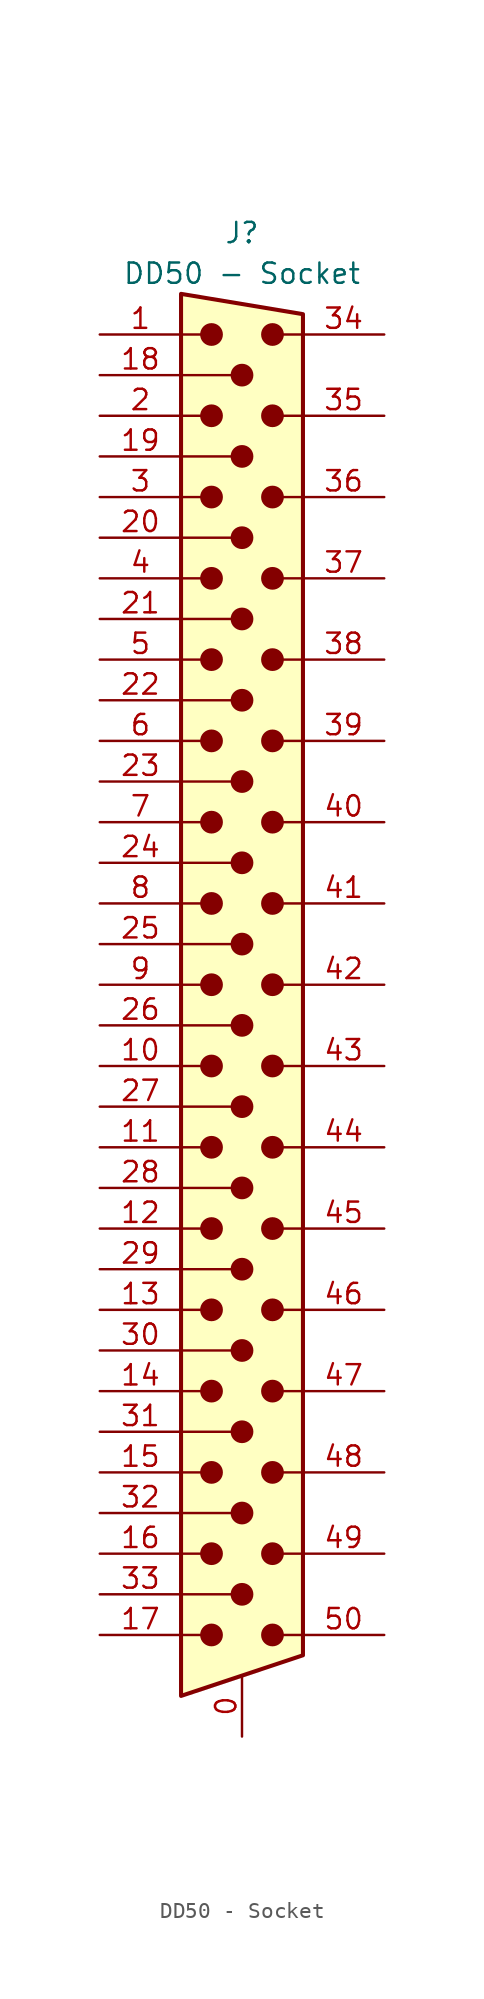
<source format=kicad_sym>
(kicad_symbol_lib
  (version 20220914)
  (generator kicad_symbol_editor)
  (symbol "DD50 - Socket"
    (pin_names
      (offset 1.016) hide)
    (property "Reference" "J"
      (at 0 46.99 0)
      (effects (font (size 1.27 1.27))))
    (property "Value" "DD50 - Socket"
      (at 0 44.45 0)
      (effects (font (size 1.27 1.27))))
    (symbol "DD50 - Socket_0_1"
      (circle (center -1.905 -40.64) (radius 0.635) (stroke (width 0) (type default)) (fill (type outline)))
      (circle (center -1.905 -35.56) (radius 0.635) (stroke (width 0) (type default)) (fill (type outline)))
      (circle (center -1.905 -30.48) (radius 0.635) (stroke (width 0) (type default)) (fill (type outline)))
      (circle (center -1.905 -25.4) (radius 0.635) (stroke (width 0) (type default)) (fill (type outline)))
      (circle (center -1.905 -20.32) (radius 0.635) (stroke (width 0) (type default)) (fill (type outline)))
      (circle (center -1.905 -15.24) (radius 0.635) (stroke (width 0) (type default)) (fill (type outline)))
      (circle (center -1.905 -10.16) (radius 0.635) (stroke (width 0) (type default)) (fill (type outline)))
      (circle (center -1.905 -5.08) (radius 0.635) (stroke (width 0) (type default)) (fill (type outline)))
      (circle (center -1.905 0) (radius 0.635) (stroke (width 0) (type default)) (fill (type outline)))
      (circle (center -1.905 5.08) (radius 0.635) (stroke (width 0) (type default)) (fill (type outline)))
      (circle (center -1.905 10.16) (radius 0.635) (stroke (width 0) (type default)) (fill (type outline)))
      (circle (center -1.905 15.24) (radius 0.635) (stroke (width 0) (type default)) (fill (type outline)))
      (circle (center -1.905 20.32) (radius 0.635) (stroke (width 0) (type default)) (fill (type outline)))
      (circle (center -1.905 25.4) (radius 0.635) (stroke (width 0) (type default)) (fill (type outline)))
      (circle (center -1.905 30.48) (radius 0.635) (stroke (width 0) (type default)) (fill (type outline)))
      (circle (center -1.905 35.56) (radius 0.635) (stroke (width 0) (type default)) (fill (type outline)))
      (circle (center -1.905 40.64) (radius 0.635) (stroke (width 0) (type default)) (fill (type outline)))
      (circle (center 0 -38.1) (radius 0.635) (stroke (width 0) (type default)) (fill (type outline)))
      (circle (center 0 -33.02) (radius 0.635) (stroke (width 0) (type default)) (fill (type outline)))
      (circle (center 0 -27.94) (radius 0.635) (stroke (width 0) (type default)) (fill (type outline)))
      (circle (center 0 -22.86) (radius 0.635) (stroke (width 0) (type default)) (fill (type outline)))
      (circle (center 0 -17.78) (radius 0.635) (stroke (width 0) (type default)) (fill (type outline)))
      (circle (center 0 -12.7) (radius 0.635) (stroke (width 0) (type default)) (fill (type outline)))
      (circle (center 0 -7.62) (radius 0.635) (stroke (width 0) (type default)) (fill (type outline)))
      (circle (center 0 -2.54) (radius 0.635) (stroke (width 0) (type default)) (fill (type outline)))
      (polyline (pts (xy -2.54 -40.64) (xy -3.81 -40.64)) (stroke (width 0) (type default)) (fill (type none)))
      (polyline (pts (xy -2.54 -35.56) (xy -3.81 -35.56)) (stroke (width 0) (type default)) (fill (type none)))
      (polyline (pts (xy -2.54 -30.48) (xy -3.81 -30.48)) (stroke (width 0) (type default)) (fill (type none)))
      (polyline (pts (xy -2.54 -25.4) (xy -3.81 -25.4)) (stroke (width 0) (type default)) (fill (type none)))
      (polyline (pts (xy -2.54 -20.32) (xy -3.81 -20.32)) (stroke (width 0) (type default)) (fill (type none)))
      (polyline (pts (xy -2.54 -15.24) (xy -3.81 -15.24)) (stroke (width 0) (type default)) (fill (type none)))
      (polyline (pts (xy -2.54 -10.16) (xy -3.81 -10.16)) (stroke (width 0) (type default)) (fill (type none)))
      (polyline (pts (xy -2.54 -5.08) (xy -3.81 -5.08)) (stroke (width 0) (type default)) (fill (type none)))
      (polyline (pts (xy -2.54 0) (xy -3.81 0)) (stroke (width 0) (type default)) (fill (type none)))
      (polyline (pts (xy -2.54 5.08) (xy -3.81 5.08)) (stroke (width 0) (type default)) (fill (type none)))
      (polyline (pts (xy -2.54 10.16) (xy -3.81 10.16)) (stroke (width 0) (type default)) (fill (type none)))
      (polyline (pts (xy -2.54 15.24) (xy -3.81 15.24)) (stroke (width 0) (type default)) (fill (type none)))
      (polyline (pts (xy -2.54 20.32) (xy -3.81 20.32)) (stroke (width 0) (type default)) (fill (type none)))
      (polyline (pts (xy -2.54 25.4) (xy -3.81 25.4)) (stroke (width 0) (type default)) (fill (type none)))
      (polyline (pts (xy -2.54 30.48) (xy -3.81 30.48)) (stroke (width 0) (type default)) (fill (type none)))
      (polyline (pts (xy -2.54 35.56) (xy -3.81 35.56)) (stroke (width 0) (type default)) (fill (type none)))
      (polyline (pts (xy -2.54 40.64) (xy -3.81 40.64)) (stroke (width 0) (type default)) (fill (type none)))
      (polyline (pts (xy 0 -38.1) (xy -3.81 -38.1)) (stroke (width 0) (type default)) (fill (type none)))
      (polyline (pts (xy 0 -33.02) (xy -3.81 -33.02)) (stroke (width 0) (type default)) (fill (type none)))
      (polyline (pts (xy 0 -27.94) (xy -3.81 -27.94)) (stroke (width 0) (type default)) (fill (type none)))
      (polyline (pts (xy 0 -22.86) (xy -3.81 -22.86)) (stroke (width 0) (type default)) (fill (type none)))
      (polyline (pts (xy 0 -17.78) (xy -3.81 -17.78)) (stroke (width 0) (type default)) (fill (type none)))
      (polyline (pts (xy 0 -12.7) (xy -3.81 -12.7)) (stroke (width 0) (type default)) (fill (type none)))
      (polyline (pts (xy 0 -7.62) (xy -3.81 -7.62)) (stroke (width 0) (type default)) (fill (type none)))
      (polyline (pts (xy 0 -2.54) (xy -3.81 -2.54)) (stroke (width 0) (type default)) (fill (type none)))
      (polyline (pts (xy 0 2.54) (xy -3.81 2.54)) (stroke (width 0) (type default)) (fill (type none)))
      (polyline (pts (xy 0 7.62) (xy -3.81 7.62)) (stroke (width 0) (type default)) (fill (type none)))
      (polyline (pts (xy 0 12.7) (xy -3.81 12.7)) (stroke (width 0) (type default)) (fill (type none)))
      (polyline (pts (xy 0 17.78) (xy -3.81 17.78)) (stroke (width 0) (type default)) (fill (type none)))
      (polyline (pts (xy 0 22.86) (xy -3.81 22.86)) (stroke (width 0) (type default)) (fill (type none)))
      (polyline (pts (xy 0 27.94) (xy -3.81 27.94)) (stroke (width 0) (type default)) (fill (type none)))
      (polyline (pts (xy 0 33.02) (xy -3.81 33.02)) (stroke (width 0) (type default)) (fill (type none)))
      (polyline (pts (xy 0 38.1) (xy -3.81 38.1)) (stroke (width 0) (type default)) (fill (type none)))
      (polyline (pts (xy 3.81 -40.64) (xy 2.54 -40.64)) (stroke (width 0) (type default)) (fill (type none)))
      (polyline (pts (xy 3.81 -35.56) (xy 2.54 -35.56)) (stroke (width 0) (type default)) (fill (type none)))
      (polyline (pts (xy 3.81 -30.48) (xy 2.54 -30.48)) (stroke (width 0) (type default)) (fill (type none)))
      (polyline (pts (xy 3.81 -25.4) (xy 2.54 -25.4)) (stroke (width 0) (type default)) (fill (type none)))
      (polyline (pts (xy 3.81 -20.32) (xy 2.54 -20.32)) (stroke (width 0) (type default)) (fill (type none)))
      (polyline (pts (xy 3.81 -15.24) (xy 2.54 -15.24)) (stroke (width 0) (type default)) (fill (type none)))
      (polyline (pts (xy 3.81 -10.16) (xy 2.54 -10.16)) (stroke (width 0) (type default)) (fill (type none)))
      (polyline (pts (xy 3.81 -5.08) (xy 2.54 -5.08)) (stroke (width 0) (type default)) (fill (type none)))
      (polyline (pts (xy 3.81 0) (xy 2.54 0)) (stroke (width 0) (type default)) (fill (type none)))
      (polyline (pts (xy 3.81 5.08) (xy 2.54 5.08)) (stroke (width 0) (type default)) (fill (type none)))
      (polyline (pts (xy 3.81 10.16) (xy 2.54 10.16)) (stroke (width 0) (type default)) (fill (type none)))
      (polyline (pts (xy 3.81 15.24) (xy 2.54 15.24)) (stroke (width 0) (type default)) (fill (type none)))
      (polyline (pts (xy 3.81 20.32) (xy 2.54 20.32)) (stroke (width 0) (type default)) (fill (type none)))
      (polyline (pts (xy 3.81 25.4) (xy 2.54 25.4)) (stroke (width 0) (type default)) (fill (type none)))
      (polyline (pts (xy 3.81 30.48) (xy 2.54 30.48)) (stroke (width 0) (type default)) (fill (type none)))
      (polyline (pts (xy 3.81 35.56) (xy 2.54 35.56)) (stroke (width 0) (type default)) (fill (type none)))
      (polyline (pts (xy 3.81 40.64) (xy 2.54 40.64)) (stroke (width 0) (type default)) (fill (type none)))
      (polyline (pts (xy -3.81 43.18) (xy -3.81 -44.45) (xy 3.81 -41.91) (xy 3.81 41.91) (xy -3.81 43.18)) (stroke (width 0.254) (type default)) (fill (type background)))
      (circle (center 0 2.54) (radius 0.635) (stroke (width 0) (type default)) (fill (type outline)))
      (circle (center 0 7.62) (radius 0.635) (stroke (width 0) (type default)) (fill (type outline)))
      (circle (center 0 12.7) (radius 0.635) (stroke (width 0) (type default)) (fill (type outline)))
      (circle (center 0 17.78) (radius 0.635) (stroke (width 0) (type default)) (fill (type outline)))
      (circle (center 0 22.86) (radius 0.635) (stroke (width 0) (type default)) (fill (type outline)))
      (circle (center 0 27.94) (radius 0.635) (stroke (width 0) (type default)) (fill (type outline)))
      (circle (center 0 33.02) (radius 0.635) (stroke (width 0) (type default)) (fill (type outline)))
      (circle (center 0 38.1) (radius 0.635) (stroke (width 0) (type default)) (fill (type outline)))
      (circle (center 1.905 -40.64) (radius 0.635) (stroke (width 0) (type default)) (fill (type outline)))
      (circle (center 1.905 -35.56) (radius 0.635) (stroke (width 0) (type default)) (fill (type outline)))
      (circle (center 1.905 -30.48) (radius 0.635) (stroke (width 0) (type default)) (fill (type outline)))
      (circle (center 1.905 -25.4) (radius 0.635) (stroke (width 0) (type default)) (fill (type outline)))
      (circle (center 1.905 -20.32) (radius 0.635) (stroke (width 0) (type default)) (fill (type outline)))
      (circle (center 1.905 -15.24) (radius 0.635) (stroke (width 0) (type default)) (fill (type outline)))
      (circle (center 1.905 -10.16) (radius 0.635) (stroke (width 0) (type default)) (fill (type outline)))
      (circle (center 1.905 -5.08) (radius 0.635) (stroke (width 0) (type default)) (fill (type outline)))
      (circle (center 1.905 0) (radius 0.635) (stroke (width 0) (type default)) (fill (type outline)))
      (circle (center 1.905 5.08) (radius 0.635) (stroke (width 0) (type default)) (fill (type outline)))
      (circle (center 1.905 10.16) (radius 0.635) (stroke (width 0) (type default)) (fill (type outline)))
      (circle (center 1.905 15.24) (radius 0.635) (stroke (width 0) (type default)) (fill (type outline)))
      (circle (center 1.905 20.32) (radius 0.635) (stroke (width 0) (type default)) (fill (type outline)))
      (circle (center 1.905 25.4) (radius 0.635) (stroke (width 0) (type default)) (fill (type outline)))
      (circle (center 1.905 30.48) (radius 0.635) (stroke (width 0) (type default)) (fill (type outline)))
      (circle (center 1.905 35.56) (radius 0.635) (stroke (width 0) (type default)) (fill (type outline)))
      (circle (center 1.905 40.64) (radius 0.635) (stroke (width 0) (type default)) (fill (type outline))))
    (symbol "DD50 - Socket_1_1"
      (pin passive line (at 0 -46.99 90) (length 3.81) (name "0" (effects (font (size 1.27 1.27)))) (number "0" (effects (font (size 1.27 1.27)))))
      (pin passive line (at -8.89 40.64 0) (length 5.08) (name "1" (effects (font (size 1.27 1.27)))) (number "1" (effects (font (size 1.27 1.27)))))
      (pin passive line (at -8.89 -5.08 0) (length 5.08) (name "10" (effects (font (size 1.27 1.27)))) (number "10" (effects (font (size 1.27 1.27)))))
      (pin passive line (at -8.89 -10.16 0) (length 5.08) (name "11" (effects (font (size 1.27 1.27)))) (number "11" (effects (font (size 1.27 1.27)))))
      (pin passive line (at -8.89 -15.24 0) (length 5.08) (name "12" (effects (font (size 1.27 1.27)))) (number "12" (effects (font (size 1.27 1.27)))))
      (pin passive line (at -8.89 -20.32 0) (length 5.08) (name "13" (effects (font (size 1.27 1.27)))) (number "13" (effects (font (size 1.27 1.27)))))
      (pin passive line (at -8.89 -25.4 0) (length 5.08) (name "14" (effects (font (size 1.27 1.27)))) (number "14" (effects (font (size 1.27 1.27)))))
      (pin passive line (at -8.89 -30.48 0) (length 5.08) (name "15" (effects (font (size 1.27 1.27)))) (number "15" (effects (font (size 1.27 1.27)))))
      (pin passive line (at -8.89 -35.56 0) (length 5.08) (name "16" (effects (font (size 1.27 1.27)))) (number "16" (effects (font (size 1.27 1.27)))))
      (pin passive line (at -8.89 -40.64 0) (length 5.08) (name "17" (effects (font (size 1.27 1.27)))) (number "17" (effects (font (size 1.27 1.27)))))
      (pin passive line (at -8.89 38.1 0) (length 5.08) (name "18" (effects (font (size 1.27 1.27)))) (number "18" (effects (font (size 1.27 1.27)))))
      (pin passive line (at -8.89 33.02 0) (length 5.08) (name "19" (effects (font (size 1.27 1.27)))) (number "19" (effects (font (size 1.27 1.27)))))
      (pin passive line (at -8.89 35.56 0) (length 5.08) (name "2" (effects (font (size 1.27 1.27)))) (number "2" (effects (font (size 1.27 1.27)))))
      (pin passive line (at -8.89 27.94 0) (length 5.08) (name "20" (effects (font (size 1.27 1.27)))) (number "20" (effects (font (size 1.27 1.27)))))
      (pin passive line (at -8.89 22.86 0) (length 5.08) (name "21" (effects (font (size 1.27 1.27)))) (number "21" (effects (font (size 1.27 1.27)))))
      (pin passive line (at -8.89 17.78 0) (length 5.08) (name "22" (effects (font (size 1.27 1.27)))) (number "22" (effects (font (size 1.27 1.27)))))
      (pin passive line (at -8.89 12.7 0) (length 5.08) (name "23" (effects (font (size 1.27 1.27)))) (number "23" (effects (font (size 1.27 1.27)))))
      (pin passive line (at -8.89 7.62 0) (length 5.08) (name "24" (effects (font (size 1.27 1.27)))) (number "24" (effects (font (size 1.27 1.27)))))
      (pin passive line (at -8.89 2.54 0) (length 5.08) (name "25" (effects (font (size 1.27 1.27)))) (number "25" (effects (font (size 1.27 1.27)))))
      (pin passive line (at -8.89 -2.54 0) (length 5.08) (name "26" (effects (font (size 1.27 1.27)))) (number "26" (effects (font (size 1.27 1.27)))))
      (pin passive line (at -8.89 -7.62 0) (length 5.08) (name "27" (effects (font (size 1.27 1.27)))) (number "27" (effects (font (size 1.27 1.27)))))
      (pin passive line (at -8.89 -12.7 0) (length 5.08) (name "28" (effects (font (size 1.27 1.27)))) (number "28" (effects (font (size 1.27 1.27)))))
      (pin passive line (at -8.89 -17.78 0) (length 5.08) (name "29" (effects (font (size 1.27 1.27)))) (number "29" (effects (font (size 1.27 1.27)))))
      (pin passive line (at -8.89 30.48 0) (length 5.08) (name "3" (effects (font (size 1.27 1.27)))) (number "3" (effects (font (size 1.27 1.27)))))
      (pin passive line (at -8.89 -22.86 0) (length 5.08) (name "30" (effects (font (size 1.27 1.27)))) (number "30" (effects (font (size 1.27 1.27)))))
      (pin passive line (at -8.89 -27.94 0) (length 5.08) (name "31" (effects (font (size 1.27 1.27)))) (number "31" (effects (font (size 1.27 1.27)))))
      (pin passive line (at -8.89 -33.02 0) (length 5.08) (name "32" (effects (font (size 1.27 1.27)))) (number "32" (effects (font (size 1.27 1.27)))))
      (pin passive line (at -8.89 -38.1 0) (length 5.08) (name "33" (effects (font (size 1.27 1.27)))) (number "33" (effects (font (size 1.27 1.27)))))
      (pin passive line (at 8.89 40.64 180) (length 5.08) (name "34" (effects (font (size 1.27 1.27)))) (number "34" (effects (font (size 1.27 1.27)))))
      (pin passive line (at 8.89 35.56 180) (length 5.08) (name "35" (effects (font (size 1.27 1.27)))) (number "35" (effects (font (size 1.27 1.27)))))
      (pin passive line (at 8.89 30.48 180) (length 5.08) (name "36" (effects (font (size 1.27 1.27)))) (number "36" (effects (font (size 1.27 1.27)))))
      (pin passive line (at 8.89 25.4 180) (length 5.08) (name "37" (effects (font (size 1.27 1.27)))) (number "37" (effects (font (size 1.27 1.27)))))
      (pin passive line (at 8.89 20.32 180) (length 5.08) (name "38" (effects (font (size 1.27 1.27)))) (number "38" (effects (font (size 1.27 1.27)))))
      (pin passive line (at 8.89 15.24 180) (length 5.08) (name "39" (effects (font (size 1.27 1.27)))) (number "39" (effects (font (size 1.27 1.27)))))
      (pin passive line (at -8.89 25.4 0) (length 5.08) (name "4" (effects (font (size 1.27 1.27)))) (number "4" (effects (font (size 1.27 1.27)))))
      (pin passive line (at 8.89 10.16 180) (length 5.08) (name "40" (effects (font (size 1.27 1.27)))) (number "40" (effects (font (size 1.27 1.27)))))
      (pin passive line (at 8.89 5.08 180) (length 5.08) (name "41" (effects (font (size 1.27 1.27)))) (number "41" (effects (font (size 1.27 1.27)))))
      (pin passive line (at 8.89 0 180) (length 5.08) (name "42" (effects (font (size 1.27 1.27)))) (number "42" (effects (font (size 1.27 1.27)))))
      (pin passive line (at 8.89 -5.08 180) (length 5.08) (name "43" (effects (font (size 1.27 1.27)))) (number "43" (effects (font (size 1.27 1.27)))))
      (pin passive line (at 8.89 -10.16 180) (length 5.08) (name "44" (effects (font (size 1.27 1.27)))) (number "44" (effects (font (size 1.27 1.27)))))
      (pin passive line (at 8.89 -15.24 180) (length 5.08) (name "45" (effects (font (size 1.27 1.27)))) (number "45" (effects (font (size 1.27 1.27)))))
      (pin passive line (at 8.89 -20.32 180) (length 5.08) (name "46" (effects (font (size 1.27 1.27)))) (number "46" (effects (font (size 1.27 1.27)))))
      (pin passive line (at 8.89 -25.4 180) (length 5.08) (name "47" (effects (font (size 1.27 1.27)))) (number "47" (effects (font (size 1.27 1.27)))))
      (pin passive line (at 8.89 -30.48 180) (length 5.08) (name "48" (effects (font (size 1.27 1.27)))) (number "48" (effects (font (size 1.27 1.27)))))
      (pin passive line (at 8.89 -35.56 180) (length 5.08) (name "49" (effects (font (size 1.27 1.27)))) (number "49" (effects (font (size 1.27 1.27)))))
      (pin passive line (at -8.89 20.32 0) (length 5.08) (name "5" (effects (font (size 1.27 1.27)))) (number "5" (effects (font (size 1.27 1.27)))))
      (pin passive line (at 8.89 -40.64 180) (length 5.08) (name "50" (effects (font (size 1.27 1.27)))) (number "50" (effects (font (size 1.27 1.27)))))
      (pin passive line (at -8.89 15.24 0) (length 5.08) (name "6" (effects (font (size 1.27 1.27)))) (number "6" (effects (font (size 1.27 1.27)))))
      (pin passive line (at -8.89 10.16 0) (length 5.08) (name "7" (effects (font (size 1.27 1.27)))) (number "7" (effects (font (size 1.27 1.27)))))
      (pin passive line (at -8.89 5.08 0) (length 5.08) (name "8" (effects (font (size 1.27 1.27)))) (number "8" (effects (font (size 1.27 1.27)))))
      (pin passive line (at -8.89 0 0) (length 5.08) (name "9" (effects (font (size 1.27 1.27)))) (number "9" (effects (font (size 1.27 1.27))))))))
</source>
